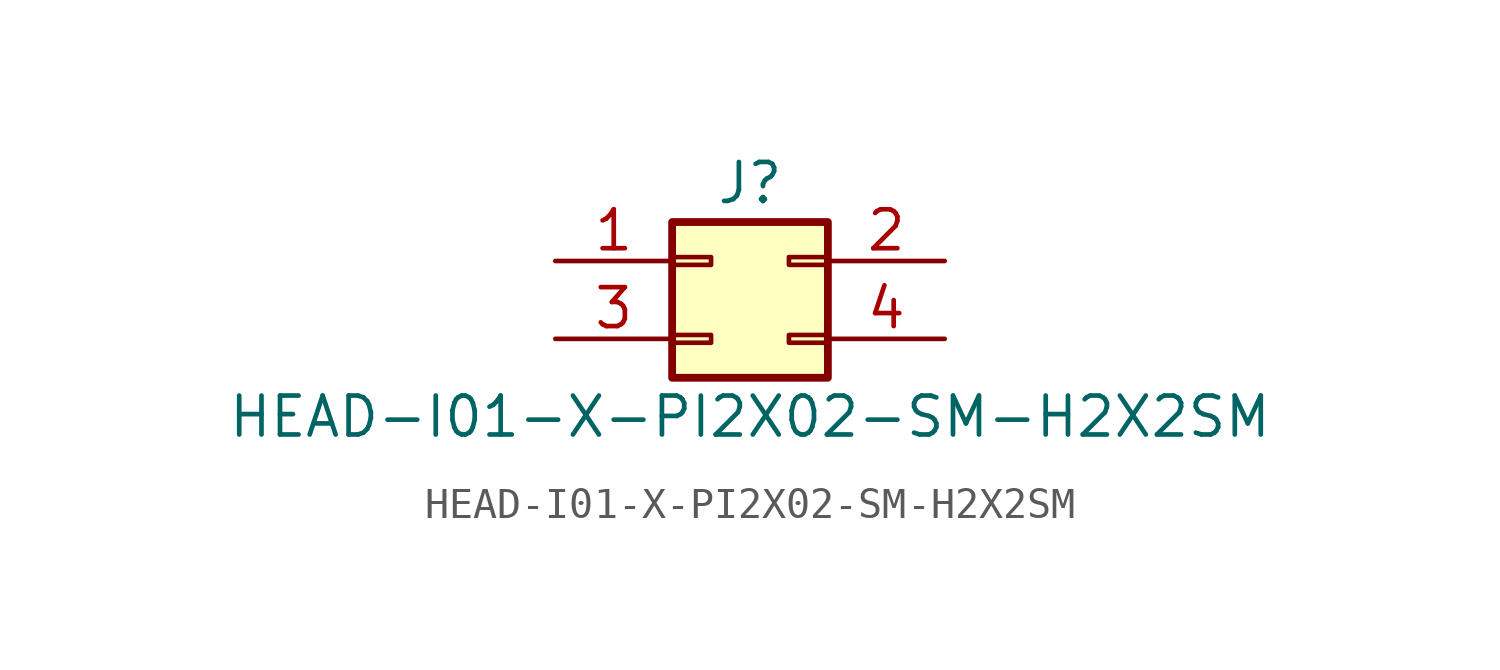
<source format=kicad_sym>
(kicad_symbol_lib
  (version 20211014)
  (generator kicad_symbol_editor)
  (symbol "HEAD-I01-X-PI2X02-SM-H2X2SM"
    (pin_names
      (offset 1.016) hide)
    (property "Reference" "J"
      (at 1.27 2.54 0)
      (effects (font (size 1.27 1.27))))
    (property "Value" "HEAD-I01-X-PI2X02-SM-H2X2SM"
      (at 1.27 -5.08 0)
      (effects (font (size 1.27 1.27))))
    (symbol "HEAD-I01-X-PI2X02-SM-H2X2SM_1_1"
      (rectangle (start -1.27 -2.413) (end 0 -2.667) (stroke (width 0.152) (type default) (color 0 0 0 0)) (fill (type none)))
      (rectangle (start -1.27 0.127) (end 0 -0.127) (stroke (width 0.152) (type default) (color 0 0 0 0)) (fill (type none)))
      (rectangle (start -1.27 1.27) (end 3.81 -3.81) (stroke (width 0.254) (type default) (color 0 0 0 0)) (fill (type background)))
      (rectangle (start 3.81 -2.413) (end 2.54 -2.667) (stroke (width 0.152) (type default) (color 0 0 0 0)) (fill (type none)))
      (rectangle (start 3.81 0.127) (end 2.54 -0.127) (stroke (width 0.152) (type default) (color 0 0 0 0)) (fill (type none)))
      (pin passive line (at -5.08 0 0) (length 3.81) (name "Pin_1" (effects (font (size 1.27 1.27)))) (number "1" (effects (font (size 1.27 1.27)))))
      (pin passive line (at 7.62 0 180) (length 3.81) (name "Pin_2" (effects (font (size 1.27 1.27)))) (number "2" (effects (font (size 1.27 1.27)))))
      (pin passive line (at -5.08 -2.54 0) (length 3.81) (name "Pin_3" (effects (font (size 1.27 1.27)))) (number "3" (effects (font (size 1.27 1.27)))))
      (pin passive line (at 7.62 -2.54 180) (length 3.81) (name "Pin_4" (effects (font (size 1.27 1.27)))) (number "4" (effects (font (size 1.27 1.27))))))))
</source>
